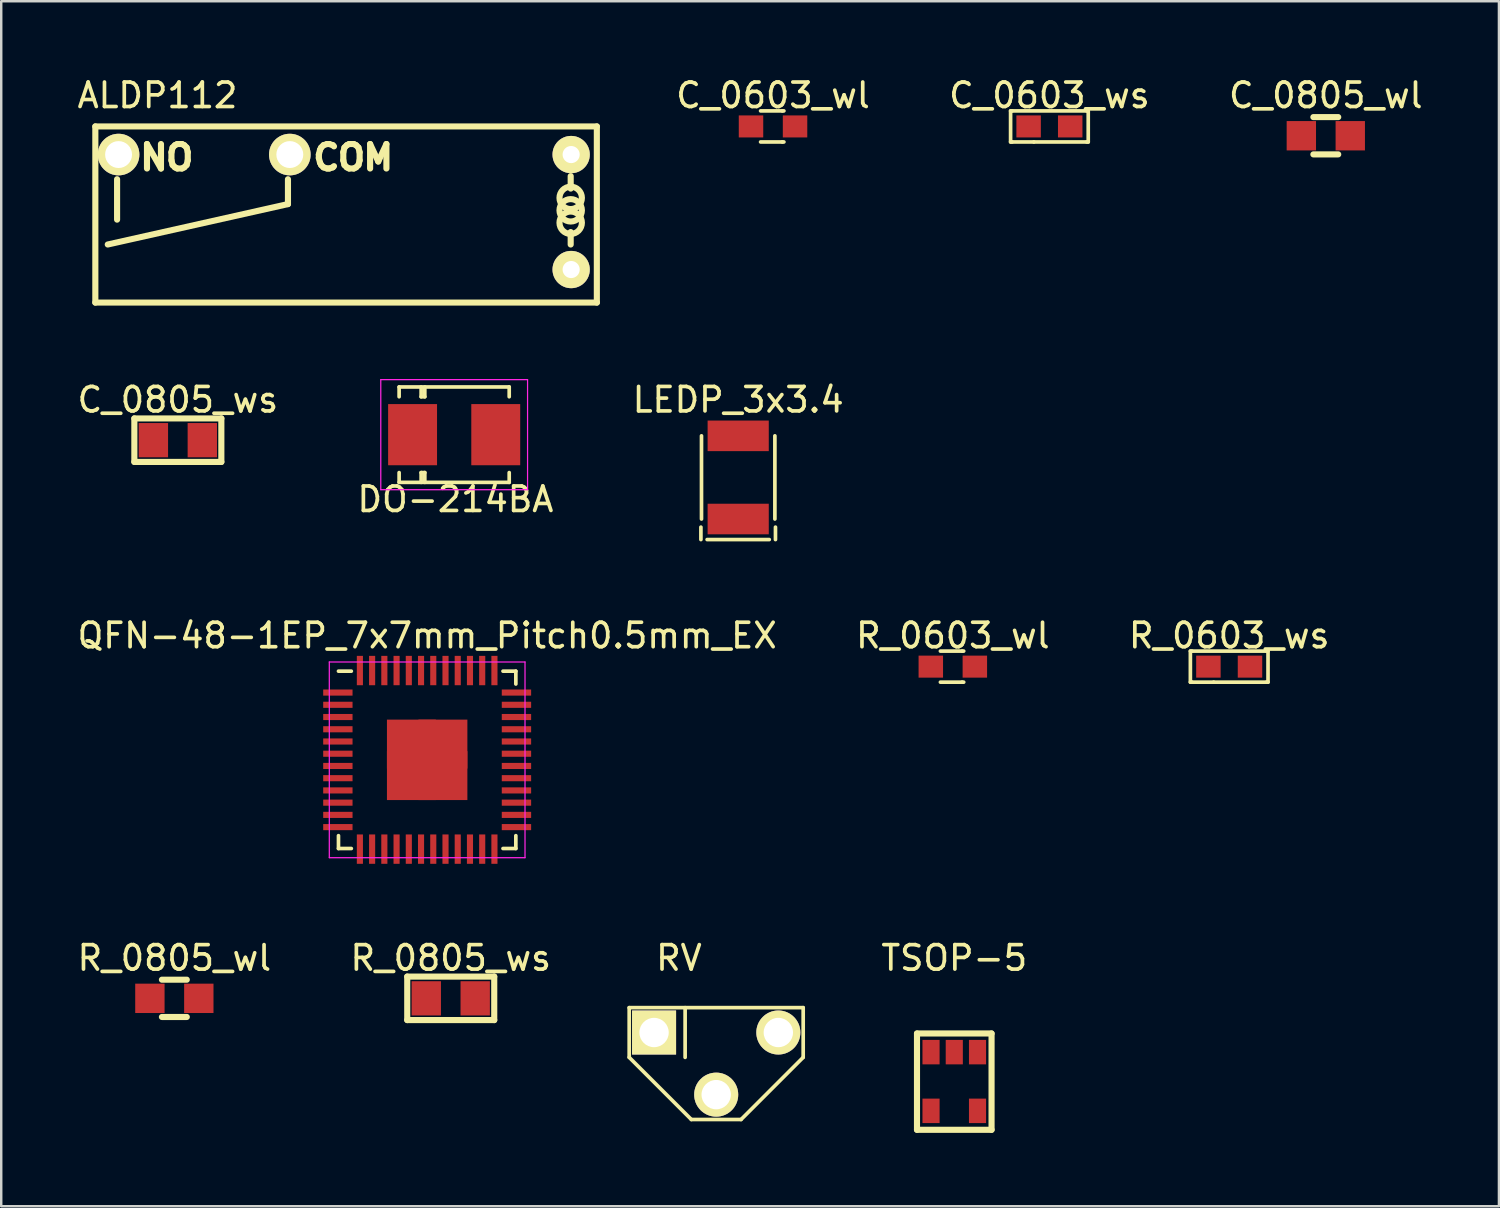
<source format=kicad_pcb>
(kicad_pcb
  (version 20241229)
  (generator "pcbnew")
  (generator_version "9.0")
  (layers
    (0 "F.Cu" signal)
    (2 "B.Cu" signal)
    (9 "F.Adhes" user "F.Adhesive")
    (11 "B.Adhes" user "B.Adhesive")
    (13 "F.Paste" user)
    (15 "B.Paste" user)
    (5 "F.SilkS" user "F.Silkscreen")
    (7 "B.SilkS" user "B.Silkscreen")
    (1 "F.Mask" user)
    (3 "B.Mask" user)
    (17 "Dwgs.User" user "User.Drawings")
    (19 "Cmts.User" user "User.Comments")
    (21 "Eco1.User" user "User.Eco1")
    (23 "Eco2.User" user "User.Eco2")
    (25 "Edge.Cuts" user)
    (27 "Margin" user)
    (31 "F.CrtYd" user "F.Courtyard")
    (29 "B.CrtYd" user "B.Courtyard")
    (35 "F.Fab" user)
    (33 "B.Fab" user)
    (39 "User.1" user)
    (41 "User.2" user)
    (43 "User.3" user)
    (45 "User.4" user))
  (footprint "R_0603_ws"
    (layer "F.Cu")
    (at 47.196 24.2)
    (property "Reference" "R_0603_ws" (at 0 -1.27 0) (layer "F.SilkS") (effects (font (size 1 1) (thickness 0.15))))
    (attr through_hole)
    (fp_line (start -1.587 -0.635) (end -1.587 0.635) (stroke (width 0.15) (type solid)) (layer "F.SilkS"))
    (fp_line (start -1.587 0.635) (end -1.524 0.635) (stroke (width 0.15) (type solid)) (layer "F.SilkS"))
    (fp_line (start -1.524 -0.635) (end -1.587 -0.635) (stroke (width 0.15) (type solid)) (layer "F.SilkS"))
    (fp_line (start -1.524 -0.635) (end 1.524 -0.635) (stroke (width 0.15) (type solid)) (layer "F.SilkS"))
    (fp_line (start -0.635 0.635) (end -1.524 0.635) (stroke (width 0.15) (type solid)) (layer "F.SilkS"))
    (fp_line (start 1.524 -0.635) (end 1.587 -0.635) (stroke (width 0.15) (type solid)) (layer "F.SilkS"))
    (fp_line (start 1.524 0.635) (end -0.635 0.635) (stroke (width 0.15) (type solid)) (layer "F.SilkS"))
    (fp_line (start 1.587 -0.635) (end 1.587 0.635) (stroke (width 0.15) (type solid)) (layer "F.SilkS"))
    (fp_line (start 1.587 0.635) (end 1.524 0.635) (stroke (width 0.15) (type solid)) (layer "F.SilkS"))
    (pad "1" smd rect (at -0.85 0) (size 1 0.9) (layers "F.Cu" "F.Mask" "F.Paste"))
    (pad "2" smd rect (at 0.85 0) (size 1 0.9) (layers "F.Cu" "F.Mask" "F.Paste")))
  (footprint "LEDP_3x3.4"
    (layer "F.Cu")
    (at 27.125 16.466)
    (property "Reference" "LEDP_3x3.4" (at 0 -3.175 0) (layer "F.SilkS") (effects (font (size 1 1) (thickness 0.15))))
    (attr through_hole)
    (fp_line (start -1.524 2.032) (end -1.524 2.54) (stroke (width 0.15) (type solid)) (layer "F.SilkS"))
    (fp_line (start -1.5 -1.7) (end -1.5 1.7) (stroke (width 0.15) (type solid)) (layer "F.SilkS"))
    (fp_line (start -1.27 2.54) (end 1.27 2.54) (stroke (width 0.15) (type solid)) (layer "F.SilkS"))
    (fp_line (start 1.5 -1.7) (end 1.5 1.7) (stroke (width 0.15) (type solid)) (layer "F.SilkS"))
    (fp_line (start 1.524 2.032) (end 1.524 2.54) (stroke (width 0.15) (type solid)) (layer "F.SilkS"))
    (pad "1" smd rect (at 0 1.7) (size 2.5 1.25) (layers "F.Cu" "F.Mask" "F.Paste"))
    (pad "2" smd rect (at 0 -1.7) (size 2.5 1.25) (layers "F.Cu" "F.Mask" "F.Paste")))
  (footprint "RV"
    (layer "F.Cu")
    (at 23.686 39.156)
    (property "Reference" "RV" (at 1.016 -3.048 0) (layer "F.SilkS") (effects (font (size 1 1) (thickness 0.15))))
    (attr through_hole)
    (fp_line (start -1.016 -1.016) (end -1.016 1.016) (stroke (width 0.15) (type solid)) (layer "F.SilkS"))
    (fp_line (start -1.016 1.016) (end 1.524 3.556) (stroke (width 0.15) (type solid)) (layer "F.SilkS"))
    (fp_line (start 1.27 -1.016) (end 1.27 1.016) (stroke (width 0.15) (type solid)) (layer "F.SilkS"))
    (fp_line (start 1.524 3.556) (end 3.556 3.556) (stroke (width 0.15) (type solid)) (layer "F.SilkS"))
    (fp_line (start 3.556 3.556) (end 6.096 1.016) (stroke (width 0.15) (type solid)) (layer "F.SilkS"))
    (fp_line (start 6.096 -1.016) (end -1.016 -1.016) (stroke (width 0.15) (type solid)) (layer "F.SilkS"))
    (fp_line (start 6.096 1.016) (end 6.096 -1.016) (stroke (width 0.15) (type solid)) (layer "F.SilkS"))
    (pad "1" thru_hole rect (at 0 0) (size 1.8 1.8) (drill 1.2) (layers "*.Cu" "*.Mask" "F.SilkS"))
    (pad "2" thru_hole circle (at 2.54 2.54) (size 1.8 1.8) (drill 1.2) (layers "*.Cu" "*.Mask" "F.SilkS"))
    (pad "3" thru_hole circle (at 5.08 0) (size 1.8 1.8) (drill 1.2) (layers "*.Cu" "*.Mask" "F.SilkS")))
  (footprint "C_0805_ws"
    (layer "F.Cu")
    (at 4.22 14.943)
    (property "Reference" "C_0805_ws" (at 0 -1.651 180) (layer "F.SilkS") (effects (font (size 1 1) (thickness 0.15))))
    (attr through_hole)
    (fp_line (start -1.778 -0.889) (end 1.778 -0.889) (stroke (width 0.25) (type solid)) (layer "F.SilkS"))
    (fp_line (start -1.778 0.889) (end -1.778 -0.889) (stroke (width 0.25) (type solid)) (layer "F.SilkS"))
    (fp_line (start 1.778 -0.889) (end 1.778 0.889) (stroke (width 0.25) (type solid)) (layer "F.SilkS"))
    (fp_line (start 1.778 0.889) (end -1.778 0.889) (stroke (width 0.25) (type solid)) (layer "F.SilkS"))
    (pad "1" smd rect (at -1 0) (size 1.2 1.4) (layers "F.Cu" "F.Mask" "F.Paste"))
    (pad "2" smd rect (at 1 0) (size 1.2 1.4) (layers "F.Cu" "F.Mask" "F.Paste")))
  (footprint "QFN-48-1EP_7x7mm_Pitch0.5mm_EX"
    (layer "F.Cu")
    (at 14.411 28.01)
    (property "Reference" "QFN-48-1EP_7x7mm_Pitch0.5mm_EX" (at 0 -5.08 0) (layer "F.SilkS") (effects (font (size 1 1) (thickness 0.15))))
    (attr smd)
    (fp_line (start -3.625 -3.625) (end -3.1 -3.625) (stroke (width 0.15) (type solid)) (layer "F.SilkS"))
    (fp_line (start -3.625 3.625) (end -3.625 3.1) (stroke (width 0.15) (type solid)) (layer "F.SilkS"))
    (fp_line (start -3.625 3.625) (end -3.1 3.625) (stroke (width 0.15) (type solid)) (layer "F.SilkS"))
    (fp_line (start 3.625 -3.625) (end 3.1 -3.625) (stroke (width 0.15) (type solid)) (layer "F.SilkS"))
    (fp_line (start 3.625 -3.625) (end 3.625 -3.1) (stroke (width 0.15) (type solid)) (layer "F.SilkS"))
    (fp_line (start 3.625 3.625) (end 3.1 3.625) (stroke (width 0.15) (type solid)) (layer "F.SilkS"))
    (fp_line (start 3.625 3.625) (end 3.625 3.1) (stroke (width 0.15) (type solid)) (layer "F.SilkS"))
    (fp_line (start -4 -4) (end -4 4) (stroke (width 0.05) (type solid)) (layer "F.CrtYd"))
    (fp_line (start -4 -4) (end 4 -4) (stroke (width 0.05) (type solid)) (layer "F.CrtYd"))
    (fp_line (start -4 4) (end 4 4) (stroke (width 0.05) (type solid)) (layer "F.CrtYd"))
    (fp_line (start 4 -4) (end 4 4) (stroke (width 0.05) (type solid)) (layer "F.CrtYd"))
    (pad "1" smd rect (at -3.65 -2.75) (size 1.2 0.25) (layers "F.Cu" "F.Mask" "F.Paste"))
    (pad "2" smd rect (at -3.65 -2.25) (size 1.2 0.25) (layers "F.Cu" "F.Mask" "F.Paste"))
    (pad "3" smd rect (at -3.65 -1.75) (size 1.2 0.25) (layers "F.Cu" "F.Mask" "F.Paste"))
    (pad "4" smd rect (at -3.65 -1.25) (size 1.2 0.25) (layers "F.Cu" "F.Mask" "F.Paste"))
    (pad "5" smd rect (at -3.65 -0.75) (size 1.2 0.25) (layers "F.Cu" "F.Mask" "F.Paste"))
    (pad "6" smd rect (at -3.65 -0.25) (size 1.2 0.25) (layers "F.Cu" "F.Mask" "F.Paste"))
    (pad "7" smd rect (at -3.65 0.25) (size 1.2 0.25) (layers "F.Cu" "F.Mask" "F.Paste"))
    (pad "8" smd rect (at -3.65 0.75) (size 1.2 0.25) (layers "F.Cu" "F.Mask" "F.Paste"))
    (pad "9" smd rect (at -3.65 1.25) (size 1.2 0.25) (layers "F.Cu" "F.Mask" "F.Paste"))
    (pad "10" smd rect (at -3.65 1.75) (size 1.2 0.25) (layers "F.Cu" "F.Mask" "F.Paste"))
    (pad "11" smd rect (at -3.65 2.25) (size 1.2 0.25) (layers "F.Cu" "F.Mask" "F.Paste"))
    (pad "12" smd rect (at -3.65 2.75) (size 1.2 0.25) (layers "F.Cu" "F.Mask" "F.Paste"))
    (pad "13" smd rect (at -2.75 3.65 90) (size 1.2 0.25) (layers "F.Cu" "F.Mask" "F.Paste"))
    (pad "14" smd rect (at -2.25 3.65 90) (size 1.2 0.25) (layers "F.Cu" "F.Mask" "F.Paste"))
    (pad "15" smd rect (at -1.75 3.65 90) (size 1.2 0.25) (layers "F.Cu" "F.Mask" "F.Paste"))
    (pad "16" smd rect (at -1.25 3.65 90) (size 1.2 0.25) (layers "F.Cu" "F.Mask" "F.Paste"))
    (pad "17" smd rect (at -0.75 3.65 90) (size 1.2 0.25) (layers "F.Cu" "F.Mask" "F.Paste"))
    (pad "18" smd rect (at -0.25 3.65 90) (size 1.2 0.25) (layers "F.Cu" "F.Mask" "F.Paste"))
    (pad "19" smd rect (at 0.25 3.65 90) (size 1.2 0.25) (layers "F.Cu" "F.Mask" "F.Paste"))
    (pad "20" smd rect (at 0.75 3.65 90) (size 1.2 0.25) (layers "F.Cu" "F.Mask" "F.Paste"))
    (pad "21" smd rect (at 1.25 3.65 90) (size 1.2 0.25) (layers "F.Cu" "F.Mask" "F.Paste"))
    (pad "22" smd rect (at 1.75 3.65 90) (size 1.2 0.25) (layers "F.Cu" "F.Mask" "F.Paste"))
    (pad "23" smd rect (at 2.25 3.65 90) (size 1.2 0.25) (layers "F.Cu" "F.Mask" "F.Paste"))
    (pad "24" smd rect (at 2.75 3.65 90) (size 1.2 0.25) (layers "F.Cu" "F.Mask" "F.Paste"))
    (pad "25" smd rect (at 3.65 2.75) (size 1.2 0.25) (layers "F.Cu" "F.Mask" "F.Paste"))
    (pad "26" smd rect (at 3.65 2.25) (size 1.2 0.25) (layers "F.Cu" "F.Mask" "F.Paste"))
    (pad "27" smd rect (at 3.65 1.75) (size 1.2 0.25) (layers "F.Cu" "F.Mask" "F.Paste"))
    (pad "28" smd rect (at 3.65 1.25) (size 1.2 0.25) (layers "F.Cu" "F.Mask" "F.Paste"))
    (pad "29" smd rect (at 3.65 0.75) (size 1.2 0.25) (layers "F.Cu" "F.Mask" "F.Paste"))
    (pad "30" smd rect (at 3.65 0.25) (size 1.2 0.25) (layers "F.Cu" "F.Mask" "F.Paste"))
    (pad "31" smd rect (at 3.65 -0.25) (size 1.2 0.25) (layers "F.Cu" "F.Mask" "F.Paste"))
    (pad "32" smd rect (at 3.65 -0.75) (size 1.2 0.25) (layers "F.Cu" "F.Mask" "F.Paste"))
    (pad "33" smd rect (at 3.65 -1.25) (size 1.2 0.25) (layers "F.Cu" "F.Mask" "F.Paste"))
    (pad "34" smd rect (at 3.65 -1.75) (size 1.2 0.25) (layers "F.Cu" "F.Mask" "F.Paste"))
    (pad "35" smd rect (at 3.65 -2.25) (size 1.2 0.25) (layers "F.Cu" "F.Mask" "F.Paste"))
    (pad "36" smd rect (at 3.65 -2.75) (size 1.2 0.25) (layers "F.Cu" "F.Mask" "F.Paste"))
    (pad "37" smd rect (at 2.75 -3.65 90) (size 1.2 0.25) (layers "F.Cu" "F.Mask" "F.Paste"))
    (pad "38" smd rect (at 2.25 -3.65 90) (size 1.2 0.25) (layers "F.Cu" "F.Mask" "F.Paste"))
    (pad "39" smd rect (at 1.75 -3.65 90) (size 1.2 0.25) (layers "F.Cu" "F.Mask" "F.Paste"))
    (pad "40" smd rect (at 1.25 -3.65 90) (size 1.2 0.25) (layers "F.Cu" "F.Mask" "F.Paste"))
    (pad "41" smd rect (at 0.75 -3.65 90) (size 1.2 0.25) (layers "F.Cu" "F.Mask" "F.Paste"))
    (pad "42" smd rect (at 0.25 -3.65 90) (size 1.2 0.25) (layers "F.Cu" "F.Mask" "F.Paste"))
    (pad "43" smd rect (at -0.25 -3.65 90) (size 1.2 0.25) (layers "F.Cu" "F.Mask" "F.Paste"))
    (pad "44" smd rect (at -0.75 -3.65 90) (size 1.2 0.25) (layers "F.Cu" "F.Mask" "F.Paste"))
    (pad "45" smd rect (at -1.25 -3.65 90) (size 1.2 0.25) (layers "F.Cu" "F.Mask" "F.Paste"))
    (pad "46" smd rect (at -1.75 -3.65 90) (size 1.2 0.25) (layers "F.Cu" "F.Mask" "F.Paste"))
    (pad "47" smd rect (at -2.25 -3.65 90) (size 1.2 0.25) (layers "F.Cu" "F.Mask" "F.Paste"))
    (pad "48" smd rect (at -2.75 -3.65 90) (size 1.2 0.25) (layers "F.Cu" "F.Mask" "F.Paste"))
    (pad "49" smd rect (at -0.644 -0.644) (size 2 2) (layers "F.Cu" "F.Mask" "F.Paste"))
    (pad "49" smd rect (at -0.644 0.644) (size 2 2) (layers "F.Cu" "F.Mask" "F.Paste"))
    (pad "49" smd rect (at 0.644 -0.644) (size 2 2) (layers "F.Cu" "F.Mask" "F.Paste"))
    (pad "49" smd rect (at 0.644 0.644) (size 2 2) (layers "F.Cu" "F.Mask" "F.Paste")))
  (footprint "R_0603_wl"
    (layer "F.Cu")
    (at 35.899 24.2)
    (property "Reference" "R_0603_wl" (at 0 -1.27 0) (layer "F.SilkS") (effects (font (size 1 1) (thickness 0.15))))
    (attr through_hole)
    (fp_line (start -0.508 -0.635) (end 0.381 -0.635) (stroke (width 0.15) (type solid)) (layer "F.SilkS"))
    (fp_line (start -0.508 0.635) (end 0.381 0.635) (stroke (width 0.15) (type solid)) (layer "F.SilkS"))
    (fp_line (start 0.381 -0.635) (end 0.445 -0.635) (stroke (width 0.15) (type solid)) (layer "F.SilkS"))
    (fp_line (start 0.381 0.635) (end 0.445 0.635) (stroke (width 0.15) (type solid)) (layer "F.SilkS"))
    (pad "1" smd rect (at -0.9 0) (size 1 0.9) (layers "F.Cu" "F.Mask" "F.Paste"))
    (pad "2" smd rect (at 0.9 0) (size 1 0.9) (layers "F.Cu" "F.Mask" "F.Paste")))
  (footprint "C_0603_ws"
    (layer "F.Cu")
    (at 39.847 2.118)
    (property "Reference" "C_0603_ws" (at 0 -1.27 0) (layer "F.SilkS") (effects (font (size 1 1) (thickness 0.15))))
    (attr through_hole)
    (fp_line (start -1.587 -0.635) (end -1.587 0.635) (stroke (width 0.15) (type solid)) (layer "F.SilkS"))
    (fp_line (start -1.587 0.635) (end -1.524 0.635) (stroke (width 0.15) (type solid)) (layer "F.SilkS"))
    (fp_line (start -1.524 -0.635) (end -1.587 -0.635) (stroke (width 0.15) (type solid)) (layer "F.SilkS"))
    (fp_line (start -1.524 -0.635) (end 1.524 -0.635) (stroke (width 0.15) (type solid)) (layer "F.SilkS"))
    (fp_line (start -0.635 0.635) (end -1.524 0.635) (stroke (width 0.15) (type solid)) (layer "F.SilkS"))
    (fp_line (start 1.524 -0.635) (end 1.587 -0.635) (stroke (width 0.15) (type solid)) (layer "F.SilkS"))
    (fp_line (start 1.524 0.635) (end -0.635 0.635) (stroke (width 0.15) (type solid)) (layer "F.SilkS"))
    (fp_line (start 1.587 -0.635) (end 1.587 0.635) (stroke (width 0.15) (type solid)) (layer "F.SilkS"))
    (fp_line (start 1.587 0.635) (end 1.524 0.635) (stroke (width 0.15) (type solid)) (layer "F.SilkS"))
    (pad "1" smd rect (at -0.85 0) (size 1 0.9) (layers "F.Cu" "F.Mask" "F.Paste"))
    (pad "2" smd rect (at 0.85 0) (size 1 0.9) (layers "F.Cu" "F.Mask" "F.Paste")))
  (footprint "R_0805_ws"
    (layer "F.Cu")
    (at 15.375 37.759)
    (property "Reference" "R_0805_ws" (at 0 -1.651 180) (layer "F.SilkS") (effects (font (size 1 1) (thickness 0.15))))
    (attr through_hole)
    (fp_line (start -1.778 -0.889) (end 1.778 -0.889) (stroke (width 0.25) (type solid)) (layer "F.SilkS"))
    (fp_line (start -1.778 0.889) (end -1.778 -0.889) (stroke (width 0.25) (type solid)) (layer "F.SilkS"))
    (fp_line (start 1.778 -0.889) (end 1.778 0.889) (stroke (width 0.25) (type solid)) (layer "F.SilkS"))
    (fp_line (start 1.778 0.889) (end -1.778 0.889) (stroke (width 0.25) (type solid)) (layer "F.SilkS"))
    (pad "1" smd rect (at -1 0) (size 1.2 1.4) (layers "F.Cu" "F.Mask" "F.Paste"))
    (pad "2" smd rect (at 1 0) (size 1.2 1.4) (layers "F.Cu" "F.Mask" "F.Paste")))
  (footprint "ALDP112"
    (layer "F.Cu")
    (at 0.847 2.118)
    (property "Reference" "ALDP112" (at 2.54 -1.27 0) (layer "F.SilkS") (effects (font (size 1 1) (thickness 0.15))))
    (attr through_hole)
    (fp_line (start 0 0) (end 0 7.2) (stroke (width 0.25) (type solid)) (layer "F.SilkS"))
    (fp_line (start 0 0) (end 20.5 0) (stroke (width 0.25) (type solid)) (layer "F.SilkS"))
    (fp_line (start 0 7.2) (end 20.5 7.2) (stroke (width 0.25) (type solid)) (layer "F.SilkS"))
    (fp_line (start 0.889 2.159) (end 0.889 3.81) (stroke (width 0.25) (type solid)) (layer "F.SilkS"))
    (fp_line (start 7.874 2.159) (end 7.874 3.175) (stroke (width 0.25) (type solid)) (layer "F.SilkS"))
    (fp_line (start 7.874 3.175) (end 0.508 4.826) (stroke (width 0.25) (type solid)) (layer "F.SilkS"))
    (fp_line (start 19.431 2.032) (end 19.431 2.54) (stroke (width 0.25) (type solid)) (layer "F.SilkS"))
    (fp_line (start 19.431 4.318) (end 19.431 4.826) (stroke (width 0.25) (type solid)) (layer "F.SilkS"))
    (fp_line (start 20.5 0) (end 20.5 7.2) (stroke (width 0.25) (type solid)) (layer "F.SilkS"))
    (fp_circle (center 19.431 2.921) (end 19.812 3.175) (stroke (width 0.25) (type solid)) (fill no) (layer "F.SilkS"))
    (fp_circle (center 19.431 3.429) (end 19.685 3.81) (stroke (width 0.25) (type solid)) (fill no) (layer "F.SilkS"))
    (fp_circle (center 19.431 3.937) (end 19.812 4.191) (stroke (width 0.25) (type solid)) (fill no) (layer "F.SilkS"))
    (fp_text user "NO" (at 2.921 1.27 0) (layer "F.SilkS") (effects (font (size 1 1) (thickness 0.25))))
    (fp_text user "COM" (at 10.541 1.27 0) (layer "F.SilkS") (effects (font (size 1 1) (thickness 0.25))))
    (pad "1" thru_hole circle (at 19.45 1.15) (size 1.524 1.524) (drill 0.7) (layers "*.Cu" "*.Mask" "F.SilkS"))
    (pad "2" thru_hole circle (at 19.45 5.85) (size 1.524 1.524) (drill 0.7) (layers "*.Cu" "*.Mask" "F.SilkS"))
    (pad "3" thru_hole circle (at 7.95 1.15) (size 1.7 1.7) (drill 1.1) (layers "*.Cu" "*.Mask" "F.SilkS"))
    (pad "4" thru_hole circle (at 0.95 1.15) (size 1.7 1.7) (drill 1.1) (layers "*.Cu" "*.Mask" "F.SilkS")))
  (footprint "DO-214BA"
    (layer "F.Cu")
    (at 15.515 14.718)
    (property "Reference" "DO-214BA" (at 0.051 2.642 180) (layer "F.SilkS") (effects (font (size 1 1) (thickness 0.15))))
    (attr smd)
    (fp_line (start -2.25 -1.95) (end -2.25 -1.55) (stroke (width 0.15) (type solid)) (layer "F.SilkS"))
    (fp_line (start -2.25 -1.95) (end 2.25 -1.95) (stroke (width 0.15) (type solid)) (layer "F.SilkS"))
    (fp_line (start -2.25 1.95) (end -2.25 1.55) (stroke (width 0.15) (type solid)) (layer "F.SilkS"))
    (fp_line (start -1.35 -1.95) (end -1.35 -1.55) (stroke (width 0.15) (type solid)) (layer "F.SilkS"))
    (fp_line (start -1.35 -1.55) (end -1.2 -1.55) (stroke (width 0.15) (type solid)) (layer "F.SilkS"))
    (fp_line (start -1.35 1.55) (end -1.2 1.55) (stroke (width 0.15) (type solid)) (layer "F.SilkS"))
    (fp_line (start -1.35 1.95) (end -1.35 1.55) (stroke (width 0.15) (type solid)) (layer "F.SilkS"))
    (fp_line (start -1.2 -1.55) (end -1.2 -1.95) (stroke (width 0.15) (type solid)) (layer "F.SilkS"))
    (fp_line (start -1.2 1.55) (end -1.2 1.95) (stroke (width 0.15) (type solid)) (layer "F.SilkS"))
    (fp_line (start 2.25 -1.95) (end 2.25 -1.55) (stroke (width 0.15) (type solid)) (layer "F.SilkS"))
    (fp_line (start 2.25 1.95) (end -2.25 1.95) (stroke (width 0.15) (type solid)) (layer "F.SilkS"))
    (fp_line (start 2.25 1.95) (end 2.25 1.55) (stroke (width 0.15) (type solid)) (layer "F.SilkS"))
    (fp_line (start -3 -2.25) (end 3 -2.25) (stroke (width 0.05) (type solid)) (layer "F.CrtYd"))
    (fp_line (start -3 2.25) (end -3 -2.25) (stroke (width 0.05) (type solid)) (layer "F.CrtYd"))
    (fp_line (start 3 -2.25) (end 3 2.25) (stroke (width 0.05) (type solid)) (layer "F.CrtYd"))
    (fp_line (start 3 2.25) (end -3 2.25) (stroke (width 0.05) (type solid)) (layer "F.CrtYd"))
    (pad "1" smd rect (at -1.7 0) (size 2 2.5) (layers "F.Cu" "F.Mask" "F.Paste"))
    (pad "2" smd rect (at 1.7 0) (size 2 2.5) (layers "F.Cu" "F.Mask" "F.Paste")))
  (footprint "TSOP−5"
    (layer "F.Cu")
    (at 35.958 39.958)
    (property "Reference" "TSOP−5" (at 0 -3.85 0) (layer "F.SilkS") (effects (font (size 1 1) (thickness 0.15))))
    (attr through_hole)
    (fp_line (start -1.524 -0.762) (end 1.524 -0.762) (stroke (width 0.25) (type solid)) (layer "F.SilkS"))
    (fp_line (start -1.524 3.175) (end -1.524 -0.762) (stroke (width 0.25) (type solid)) (layer "F.SilkS"))
    (fp_line (start 1.524 -0.762) (end 1.524 3.175) (stroke (width 0.25) (type solid)) (layer "F.SilkS"))
    (fp_line (start 1.524 3.175) (end -1.524 3.175) (stroke (width 0.25) (type solid)) (layer "F.SilkS"))
    (pad "1" smd rect (at 0.95 0) (size 0.7 1) (layers "F.Cu" "F.Mask" "F.Paste"))
    (pad "2" smd rect (at 0 0) (size 0.7 1) (layers "F.Cu" "F.Mask" "F.Paste"))
    (pad "3" smd rect (at -0.95 0) (size 0.7 1) (layers "F.Cu" "F.Mask" "F.Paste"))
    (pad "4" smd rect (at -0.95 2.4) (size 0.7 1) (layers "F.Cu" "F.Mask" "F.Paste"))
    (pad "5" smd rect (at 0.95 2.4) (size 0.7 1) (layers "F.Cu" "F.Mask" "F.Paste")))
  (footprint "R_0805_wl"
    (layer "F.Cu")
    (at 4.077 37.759)
    (property "Reference" "R_0805_wl" (at 0 -1.651 180) (layer "F.SilkS") (effects (font (size 1 1) (thickness 0.15))))
    (attr through_hole)
    (fp_line (start -0.508 -0.762) (end 0.508 -0.762) (stroke (width 0.25) (type solid)) (layer "F.SilkS"))
    (fp_line (start -0.508 0.762) (end 0.508 0.762) (stroke (width 0.25) (type solid)) (layer "F.SilkS"))
    (pad "1" smd rect (at -1 0) (size 1.2 1.2) (layers "F.Cu" "F.Mask" "F.Paste"))
    (pad "2" smd rect (at 1 0) (size 1.2 1.2) (layers "F.Cu" "F.Mask" "F.Paste")))
  (footprint "C_0603_wl"
    (layer "F.Cu")
    (at 28.549 2.118)
    (property "Reference" "C_0603_wl" (at 0 -1.27 0) (layer "F.SilkS") (effects (font (size 1 1) (thickness 0.15))))
    (attr through_hole)
    (fp_line (start -0.508 -0.635) (end 0.381 -0.635) (stroke (width 0.15) (type solid)) (layer "F.SilkS"))
    (fp_line (start -0.508 0.635) (end 0.381 0.635) (stroke (width 0.15) (type solid)) (layer "F.SilkS"))
    (fp_line (start 0.381 -0.635) (end 0.445 -0.635) (stroke (width 0.15) (type solid)) (layer "F.SilkS"))
    (fp_line (start 0.381 0.635) (end 0.445 0.635) (stroke (width 0.15) (type solid)) (layer "F.SilkS"))
    (pad "1" smd rect (at -0.9 0) (size 1 0.9) (layers "F.Cu" "F.Mask" "F.Paste"))
    (pad "2" smd rect (at 0.9 0) (size 1 0.9) (layers "F.Cu" "F.Mask" "F.Paste")))
  (footprint "C_0805_wl"
    (layer "F.Cu")
    (at 51.145 2.499)
    (property "Reference" "C_0805_wl" (at 0 -1.651 180) (layer "F.SilkS") (effects (font (size 1 1) (thickness 0.15))))
    (attr through_hole)
    (fp_line (start -0.508 -0.762) (end 0.508 -0.762) (stroke (width 0.25) (type solid)) (layer "F.SilkS"))
    (fp_line (start -0.508 0.762) (end 0.508 0.762) (stroke (width 0.25) (type solid)) (layer "F.SilkS"))
    (pad "1" smd rect (at -1 0) (size 1.2 1.2) (layers "F.Cu" "F.Mask" "F.Paste"))
    (pad "2" smd rect (at 1 0) (size 1.2 1.2) (layers "F.Cu" "F.Mask" "F.Paste")))
  (gr_rect
    (start -3 -3)
    (end 58.222 46.258)
    (stroke (width 0.1) (type default))
    (fill no)
    (layer "Edge.Cuts")))
</source>
